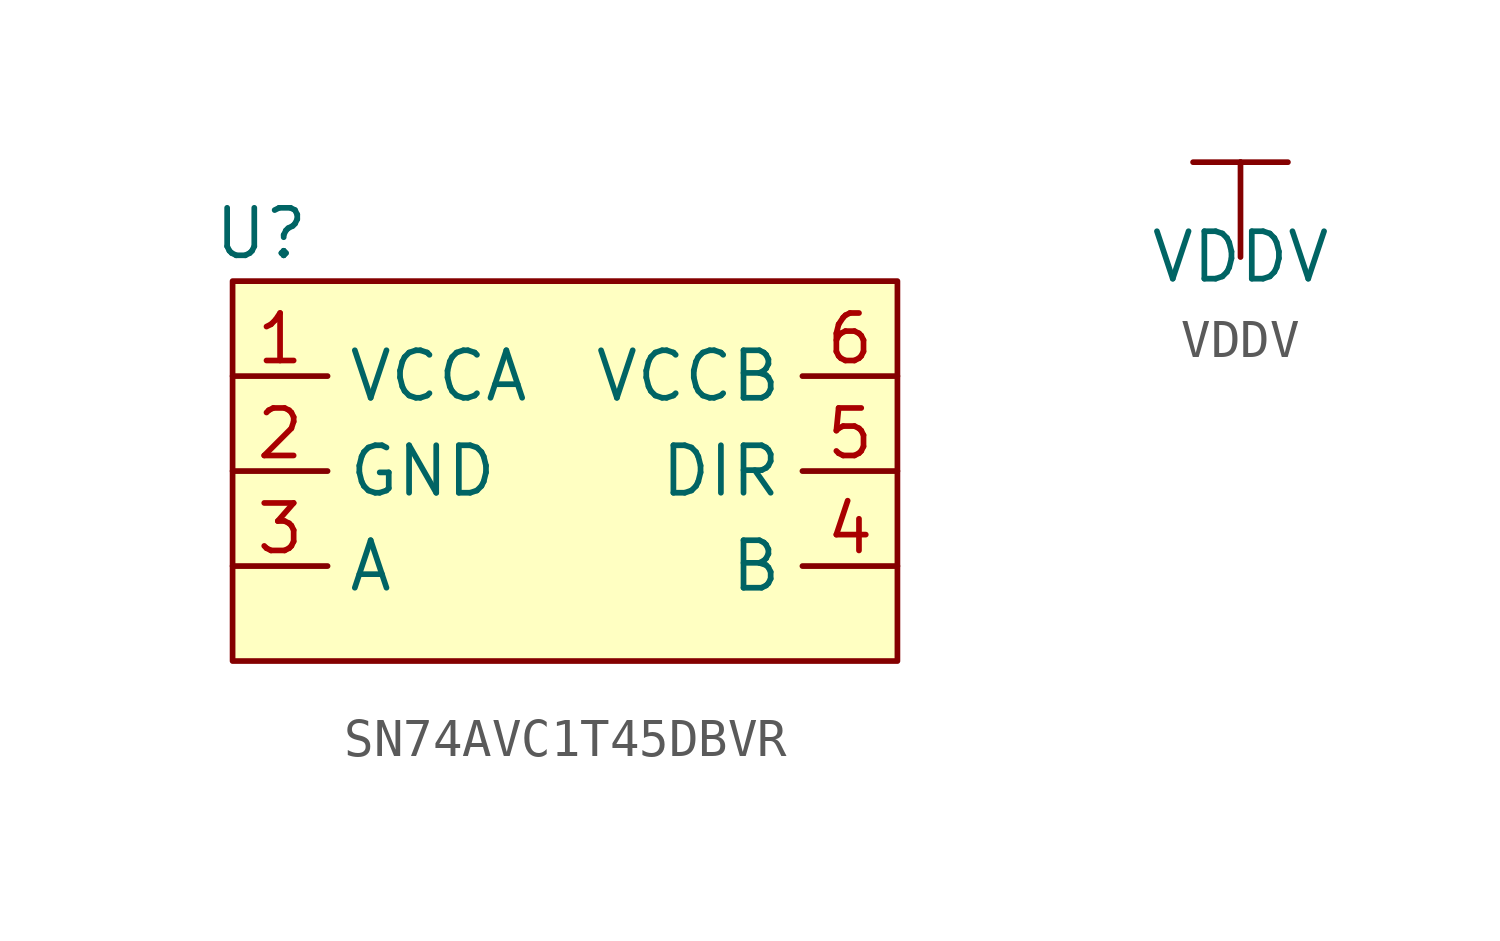
<source format=kicad_sym>
(kicad_symbol_lib
  (version 20231120)
  (generator "kicad_symbol_editor")
  (generator_version "8.0")
  (symbol "SN74AVC1T45DBVR"
    (property "Reference" "U"
      (at 0.762 1.27 0)
      (effects (font (size 1.27 1.27))))
    (property "Value" ""
      (at 0 0 0)
      (effects (font (size 1.27 1.27))))
    (symbol "SN74AVC1T45DBVR_1_1"
      (rectangle (start 0 0) (end 17.78 -10.16) (stroke (width 0) (type default)) (fill (type background)))
      (pin power_in line (at 0 -2.54 0) (length 2.54) (name "VCCA" (effects (font (size 1.27 1.27)))) (number "1" (effects (font (size 1.27 1.27)))))
      (pin power_in line (at 0 -5.08 0) (length 2.54) (name "GND" (effects (font (size 1.27 1.27)))) (number "2" (effects (font (size 1.27 1.27)))))
      (pin bidirectional line (at 0 -7.62 0) (length 2.54) (name "A" (effects (font (size 1.27 1.27)))) (number "3" (effects (font (size 1.27 1.27)))))
      (pin bidirectional line (at 17.78 -7.62 180) (length 2.54) (name "B" (effects (font (size 1.27 1.27)))) (number "4" (effects (font (size 1.27 1.27)))))
      (pin input line (at 17.78 -5.08 180) (length 2.54) (name "DIR" (effects (font (size 1.27 1.27)))) (number "5" (effects (font (size 1.27 1.27)))))
      (pin power_in line (at 17.78 -2.54 180) (length 2.54) (name "VCCB" (effects (font (size 1.27 1.27)))) (number "6" (effects (font (size 1.27 1.27)))))))
  (symbol "VDDV"
    (power)
    (property "Reference" "#PWR"
      (at 0 0 0)
      (effects (font (size 1.27 1.27)) (hide yes)))
    (property "Value" "VDDV"
      (at 0 0 0)
      (effects (font (size 1.27 1.27))))
    (symbol "VDDV_0_1"
      (polyline (pts (xy 0 0) (xy 0 2.54)) (stroke (width 0) (type default)) (fill (type none)))
      (polyline (pts (xy 0 2.54) (xy -1.27 2.54)) (stroke (width 0) (type default)) (fill (type none)))
      (polyline (pts (xy 0 2.54) (xy 1.27 2.54)) (stroke (width 0) (type default)) (fill (type none))))
    (symbol "VDDV_1_1"
      (pin power_in line (at 0 0 90) (length 0) hide (name "VDDV" (effects (font (size 1.27 1.27)))) (number "1" (effects (font (size 1.27 1.27))))))))
</source>
